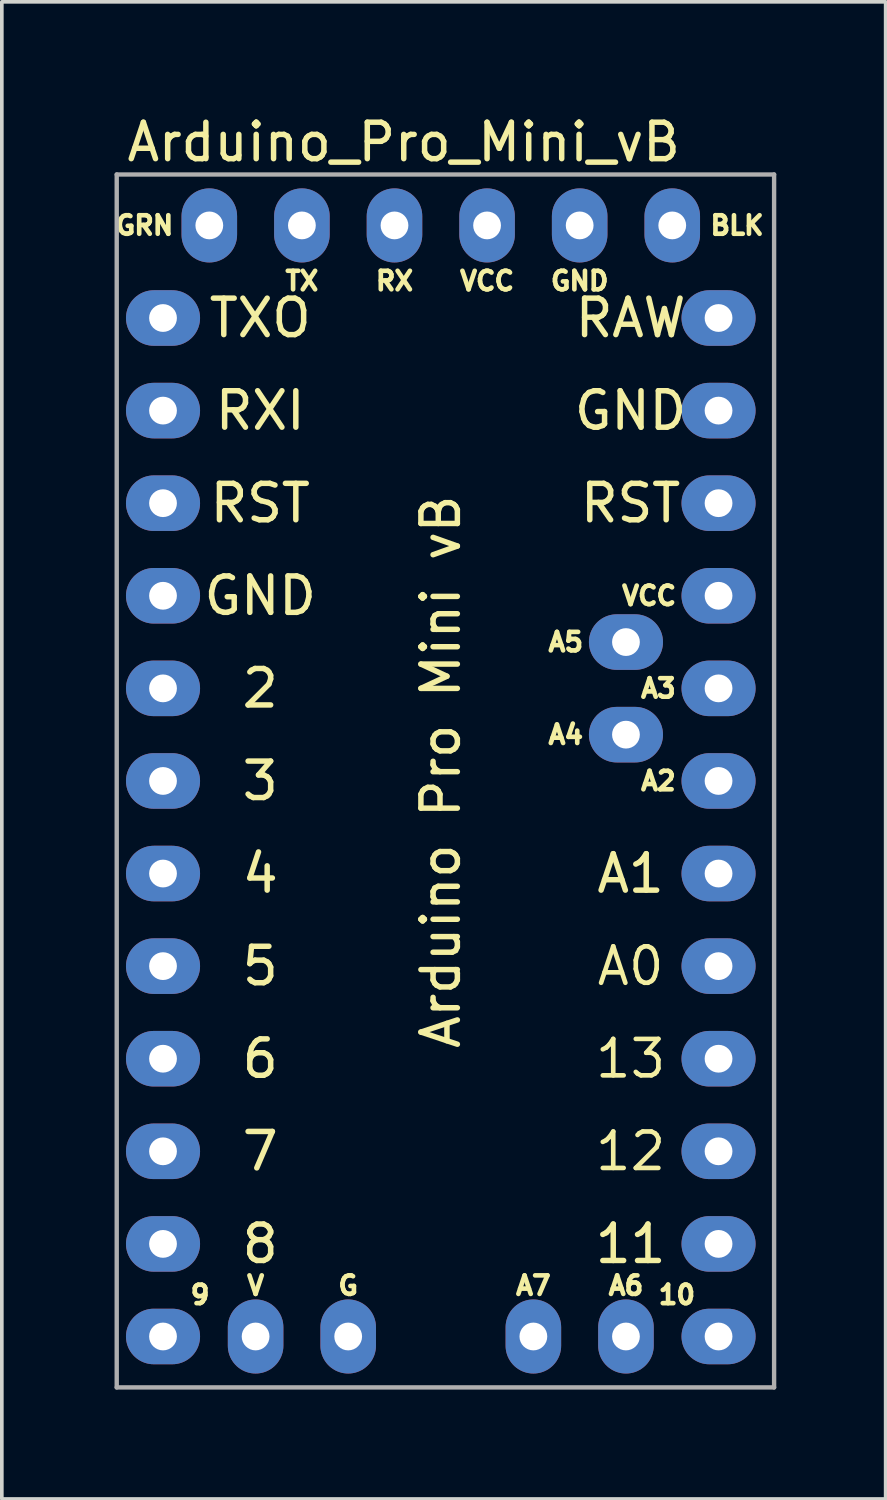
<source format=kicad_pcb>
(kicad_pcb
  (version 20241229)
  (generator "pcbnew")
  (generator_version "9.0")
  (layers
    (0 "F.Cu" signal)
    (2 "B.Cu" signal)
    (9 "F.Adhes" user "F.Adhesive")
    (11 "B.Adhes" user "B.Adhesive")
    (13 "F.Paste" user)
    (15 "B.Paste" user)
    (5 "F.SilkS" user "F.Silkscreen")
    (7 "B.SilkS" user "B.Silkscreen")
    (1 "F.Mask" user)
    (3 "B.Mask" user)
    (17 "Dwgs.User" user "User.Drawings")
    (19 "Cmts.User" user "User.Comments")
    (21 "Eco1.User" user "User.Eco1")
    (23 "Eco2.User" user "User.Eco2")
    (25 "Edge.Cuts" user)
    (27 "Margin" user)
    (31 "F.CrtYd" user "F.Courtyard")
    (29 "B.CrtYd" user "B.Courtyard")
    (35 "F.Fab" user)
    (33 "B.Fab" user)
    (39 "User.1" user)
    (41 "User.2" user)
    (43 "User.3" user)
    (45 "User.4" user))
  (footprint "Arduino_Pro_Mini_vB"
    (layer "F.Cu")
    (at 1.422 5.674)
    (property "Reference" "Arduino_Pro_Mini_vB" (at 6.604 -4.826 0) (layer "F.SilkS") (effects (font (size 1 1) (thickness 0.15))))
    (attr through_hole)
    (fp_line (start -1.27 -3.937) (end 16.764 -3.937) (stroke (width 0.12) (type solid)) (layer "F.Fab"))
    (fp_line (start -1.27 29.337) (end -1.27 -3.937) (stroke (width 0.12) (type solid)) (layer "F.Fab"))
    (fp_line (start 16.764 -3.937) (end 16.764 29.337) (stroke (width 0.12) (type solid)) (layer "F.Fab"))
    (fp_line (start 16.764 29.337) (end -1.27 29.337) (stroke (width 0.12) (type solid)) (layer "F.Fab"))
    (fp_text user "A6" (at 12.7 26.543 0) (layer "F.SilkS") (effects (font (size 0.508 0.508) (thickness 0.127))))
    (fp_text user "TXO" (at 2.667 0 0) (layer "F.SilkS") (effects (font (size 1 1) (thickness 0.15))))
    (fp_text user "8" (at 2.667 25.4 0) (layer "F.SilkS") (effects (font (size 1 1) (thickness 0.15))))
    (fp_text user "GND" (at 12.827 2.54 0) (layer "F.SilkS") (effects (font (size 1 1) (thickness 0.15))))
    (fp_text user "A2" (at 13.589 12.7 0) (layer "F.SilkS") (effects (font (size 0.508 0.508) (thickness 0.127))))
    (fp_text user "10" (at 14.097 26.797 0) (layer "F.SilkS") (effects (font (size 0.508 0.508) (thickness 0.127))))
    (fp_text user "A4" (at 11.049 11.43 0) (layer "F.SilkS") (effects (font (size 0.508 0.508) (thickness 0.127))))
    (fp_text user "A1" (at 12.827 15.24 0) (layer "F.SilkS") (effects (font (size 1 1) (thickness 0.15))))
    (fp_text user "Arduino Pro Mini vB" (at 7.62 12.446 270) (layer "F.SilkS") (effects (font (size 1 1) (thickness 0.15))))
    (fp_text user "A5" (at 11.049 8.89 0) (layer "F.SilkS") (effects (font (size 0.508 0.508) (thickness 0.127))))
    (fp_text user "4" (at 2.667 15.24 0) (layer "F.SilkS") (effects (font (size 1 1) (thickness 0.15))))
    (fp_text user "GRN" (at -0.508 -2.54 0) (layer "F.SilkS") (effects (font (size 0.508 0.508) (thickness 0.127))))
    (fp_text user "2" (at 2.667 10.16 0) (layer "F.SilkS") (effects (font (size 1 1) (thickness 0.15))))
    (fp_text user "GND" (at 11.43 -1.016 0) (layer "F.SilkS") (effects (font (size 0.508 0.508) (thickness 0.127))))
    (fp_text user "3" (at 2.667 12.7 0) (layer "F.SilkS") (effects (font (size 1 1) (thickness 0.15))))
    (fp_text user "BLK" (at 15.748 -2.54 0) (layer "F.SilkS") (effects (font (size 0.508 0.508) (thickness 0.127))))
    (fp_text user "5" (at 2.667 17.78 0) (layer "F.SilkS") (effects (font (size 1 1) (thickness 0.15))))
    (fp_text user "A0" (at 12.827 17.78 0) (layer "F.SilkS") (effects (font (size 1 1) (thickness 0.127))))
    (fp_text user "11" (at 12.827 25.4 0) (layer "F.SilkS") (effects (font (size 1 1) (thickness 0.15))))
    (fp_text user "VCC" (at 13.335 7.62 0) (layer "F.SilkS") (effects (font (size 0.508 0.508) (thickness 0.127))))
    (fp_text user "9" (at 1.016 26.797 0) (layer "F.SilkS") (effects (font (size 0.508 0.508) (thickness 0.127))))
    (fp_text user "RAW" (at 12.827 0 0) (layer "F.SilkS") (effects (font (size 1 1) (thickness 0.15))))
    (fp_text user "6" (at 2.667 20.32 0) (layer "F.SilkS") (effects (font (size 1 1) (thickness 0.15))))
    (fp_text user "RX" (at 6.35 -1.016 0) (layer "F.SilkS") (effects (font (size 0.508 0.508) (thickness 0.127))))
    (fp_text user "TX" (at 3.81 -1.016 0) (layer "F.SilkS") (effects (font (size 0.508 0.508) (thickness 0.127))))
    (fp_text user "V" (at 2.54 26.543 0) (layer "F.SilkS") (effects (font (size 0.508 0.508) (thickness 0.127))))
    (fp_text user "G" (at 5.08 26.543 0) (layer "F.SilkS") (effects (font (size 0.508 0.508) (thickness 0.127))))
    (fp_text user "RST" (at 12.827 5.08 0) (layer "F.SilkS") (effects (font (size 1 1) (thickness 0.15))))
    (fp_text user "GND" (at 2.667 7.62 0) (layer "F.SilkS") (effects (font (size 1 1) (thickness 0.15))))
    (fp_text user "A3" (at 13.589 10.16 0) (layer "F.SilkS") (effects (font (size 0.508 0.508) (thickness 0.127))))
    (fp_text user "VCC" (at 8.89 -1.016 0) (layer "F.SilkS") (effects (font (size 0.508 0.508) (thickness 0.127))))
    (fp_text user "RST" (at 2.667 5.08 0) (layer "F.SilkS") (effects (font (size 1 1) (thickness 0.15))))
    (fp_text user "RXI" (at 2.667 2.54 0) (layer "F.SilkS") (effects (font (size 1 1) (thickness 0.15))))
    (fp_text user "13" (at 12.827 20.32 0) (layer "F.SilkS") (effects (font (size 1 1) (thickness 0.127))))
    (fp_text user "12" (at 12.827 22.86 0) (layer "F.SilkS") (effects (font (size 1 1) (thickness 0.127))))
    (fp_text user "7" (at 2.667 22.86 0) (layer "F.SilkS") (effects (font (size 1 1) (thickness 0.15))))
    (fp_text user "A7" (at 10.16 26.543 0) (layer "F.SilkS") (effects (font (size 0.508 0.508) (thickness 0.127))))
    (pad "1" thru_hole oval (at 0 0) (size 2.032 1.524) (drill 0.762) (layers "*.Cu" "*.Mask"))
    (pad "2" thru_hole oval (at 0 2.54) (size 2.032 1.524) (drill 0.762) (layers "*.Cu" "*.Mask"))
    (pad "3" thru_hole oval (at 0 5.08) (size 2.032 1.524) (drill 0.762) (layers "*.Cu" "*.Mask"))
    (pad "4" thru_hole oval (at 0 7.62) (size 2.032 1.524) (drill 0.762) (layers "*.Cu" "*.Mask"))
    (pad "5" thru_hole oval (at 0 10.16) (size 2.032 1.524) (drill 0.762) (layers "*.Cu" "*.Mask"))
    (pad "6" thru_hole oval (at 0 12.7) (size 2.032 1.524) (drill 0.762) (layers "*.Cu" "*.Mask"))
    (pad "7" thru_hole oval (at 0 15.24) (size 2.032 1.524) (drill 0.762) (layers "*.Cu" "*.Mask"))
    (pad "8" thru_hole oval (at 0 17.78) (size 2.032 1.524) (drill 0.762) (layers "*.Cu" "*.Mask"))
    (pad "9" thru_hole oval (at 0 20.32) (size 2.032 1.524) (drill 0.762) (layers "*.Cu" "*.Mask"))
    (pad "10" thru_hole oval (at 0 22.86) (size 2.032 1.524) (drill 0.762) (layers "*.Cu" "*.Mask"))
    (pad "11" thru_hole oval (at 0 25.4) (size 2.032 1.524) (drill 0.762) (layers "*.Cu" "*.Mask"))
    (pad "12" thru_hole oval (at 0 27.94) (size 2.032 1.524) (drill 0.762) (layers "*.Cu" "*.Mask"))
    (pad "13" thru_hole oval (at 15.24 0) (size 2.032 1.524) (drill 0.762) (layers "*.Cu" "*.Mask"))
    (pad "14" thru_hole oval (at 15.24 2.54) (size 2.032 1.524) (drill 0.762) (layers "*.Cu" "*.Mask"))
    (pad "15" thru_hole oval (at 15.24 5.08) (size 2.032 1.524) (drill 0.762) (layers "*.Cu" "*.Mask"))
    (pad "16" thru_hole oval (at 15.24 7.62) (size 2.032 1.524) (drill 0.762) (layers "*.Cu" "*.Mask"))
    (pad "17" thru_hole oval (at 15.24 10.16) (size 2.032 1.524) (drill 0.762) (layers "*.Cu" "*.Mask"))
    (pad "18" thru_hole oval (at 15.24 12.7) (size 2.032 1.524) (drill 0.762) (layers "*.Cu" "*.Mask"))
    (pad "19" thru_hole oval (at 15.24 15.24) (size 2.032 1.524) (drill 0.762) (layers "*.Cu" "*.Mask"))
    (pad "20" thru_hole oval (at 15.24 17.78) (size 2.032 1.524) (drill 0.762) (layers "*.Cu" "*.Mask"))
    (pad "21" thru_hole oval (at 15.24 20.32) (size 2.032 1.524) (drill 0.762) (layers "*.Cu" "*.Mask"))
    (pad "22" thru_hole oval (at 15.24 22.86) (size 2.032 1.524) (drill 0.762) (layers "*.Cu" "*.Mask"))
    (pad "23" thru_hole oval (at 15.24 25.4) (size 2.032 1.524) (drill 0.762) (layers "*.Cu" "*.Mask"))
    (pad "24" thru_hole oval (at 15.24 27.94) (size 2.032 1.524) (drill 0.762) (layers "*.Cu" "*.Mask"))
    (pad "25" thru_hole oval (at 12.7 11.43) (size 2.032 1.524) (drill 0.762) (layers "*.Cu" "*.Mask"))
    (pad "26" thru_hole oval (at 12.7 8.89) (size 2.032 1.524) (drill 0.762) (layers "*.Cu" "*.Mask"))
    (pad "27" thru_hole oval (at 12.7 27.94) (size 1.524 2.032) (drill 0.762) (layers "*.Cu" "*.Mask"))
    (pad "28" thru_hole oval (at 10.16 27.94) (size 1.524 2.032) (drill 0.762) (layers "*.Cu" "*.Mask"))
    (pad "29" thru_hole oval (at 13.97 -2.54) (size 1.524 2.032) (drill 0.762) (layers "*.Cu" "*.Mask"))
    (pad "30" thru_hole oval (at 11.43 -2.54) (size 1.524 2.032) (drill 0.762) (layers "*.Cu" "*.Mask"))
    (pad "31" thru_hole oval (at 8.89 -2.54) (size 1.524 2.032) (drill 0.762) (layers "*.Cu" "*.Mask"))
    (pad "32" thru_hole oval (at 6.35 -2.54) (size 1.524 2.032) (drill 0.762) (layers "*.Cu" "*.Mask"))
    (pad "33" thru_hole oval (at 3.81 -2.54) (size 1.524 2.032) (drill 0.762) (layers "*.Cu" "*.Mask"))
    (pad "34" thru_hole oval (at 1.27 -2.54) (size 1.524 2.032) (drill 0.762) (layers "*.Cu" "*.Mask"))
    (pad "35" thru_hole oval (at 2.54 27.94) (size 1.524 2.032) (drill 0.762) (layers "*.Cu" "*.Mask"))
    (pad "35" thru_hole oval (at 5.08 27.94) (size 1.524 2.032) (drill 0.762) (layers "*.Cu" "*.Mask")))
  (gr_rect
    (start -3 -3)
    (end 21.246 38.071)
    (stroke (width 0.1) (type default))
    (fill no)
    (layer "Edge.Cuts")))
</source>
